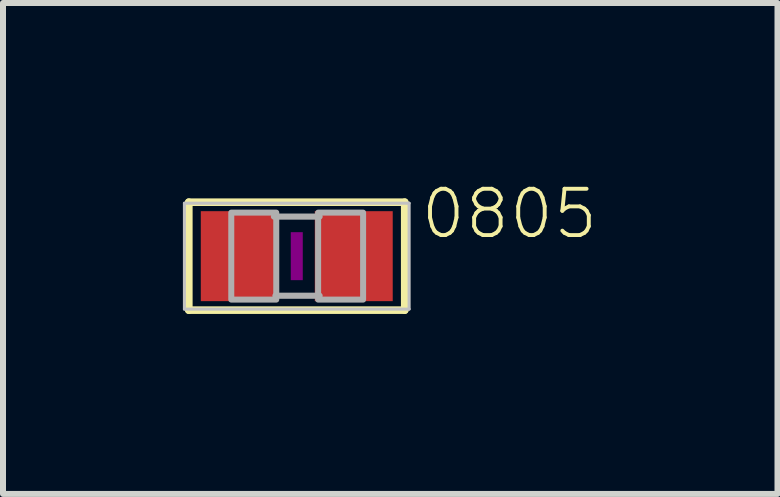
<source format=kicad_pcb>
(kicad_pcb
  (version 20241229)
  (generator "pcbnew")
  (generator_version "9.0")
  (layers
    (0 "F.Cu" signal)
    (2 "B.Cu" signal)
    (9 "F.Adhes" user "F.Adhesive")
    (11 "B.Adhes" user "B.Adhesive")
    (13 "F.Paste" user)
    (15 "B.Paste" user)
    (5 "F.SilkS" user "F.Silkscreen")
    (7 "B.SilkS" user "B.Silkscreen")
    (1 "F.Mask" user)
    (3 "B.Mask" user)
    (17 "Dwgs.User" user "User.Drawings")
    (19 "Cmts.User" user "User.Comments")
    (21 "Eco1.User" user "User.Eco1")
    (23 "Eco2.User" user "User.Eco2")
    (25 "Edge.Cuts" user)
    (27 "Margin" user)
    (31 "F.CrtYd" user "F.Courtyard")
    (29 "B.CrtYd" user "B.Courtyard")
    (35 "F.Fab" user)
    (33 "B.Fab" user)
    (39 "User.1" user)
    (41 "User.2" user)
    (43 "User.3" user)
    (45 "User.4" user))
  (footprint "0805"
    (layer "F.Cu")
    (at 1.898 1.221)
    (property "Reference" "0805" (at 2.032 -0.254 0) (layer "F.SilkS") (effects (font (size 0.772 0.772) (thickness 0.065)) (justify left bottom)))
    (attr through_hole)
    (fp_line (start -1.8 -0.9) (end 1.8 -0.9) (stroke (width 0.127) (type solid)) (layer "F.SilkS"))
    (fp_line (start -1.8 0.9) (end -1.8 -0.9) (stroke (width 0.127) (type solid)) (layer "F.SilkS"))
    (fp_line (start 1.8 -0.9) (end 1.8 0.9) (stroke (width 0.127) (type solid)) (layer "F.SilkS"))
    (fp_line (start 1.8 0.9) (end -1.8 0.9) (stroke (width 0.127) (type solid)) (layer "F.SilkS"))
    (fp_poly (pts (xy -0.1 0.4) (xy 0.1 0.4) (xy 0.1 -0.4) (xy -0.1 -0.4)) (stroke (width 0) (type solid)) (fill yes) (layer "F.Adhes"))
    (fp_line (start -1.873 -0.883) (end 1.873 -0.883) (stroke (width 0.051) (type solid)) (layer "Dwgs.User"))
    (fp_line (start -1.873 0.883) (end -1.873 -0.883) (stroke (width 0.051) (type solid)) (layer "Dwgs.User"))
    (fp_line (start 1.873 -0.883) (end 1.873 0.883) (stroke (width 0.051) (type solid)) (layer "Dwgs.User"))
    (fp_line (start 1.873 0.883) (end -1.873 0.883) (stroke (width 0.051) (type solid)) (layer "Dwgs.User"))
    (fp_line (start -0.381 -0.66) (end 0.381 -0.66) (stroke (width 0.102) (type solid)) (layer "F.Fab"))
    (fp_line (start -0.356 0.66) (end 0.381 0.66) (stroke (width 0.102) (type solid)) (layer "F.Fab"))
    (fp_poly (pts (xy -1.092 0.724) (xy -0.342 0.724) (xy -0.342 -0.726) (xy -1.092 -0.726)) (stroke (width 0.1) (type solid)) (fill no) (layer "F.Fab"))
    (fp_poly (pts (xy 0.356 0.724) (xy 1.106 0.724) (xy 1.106 -0.726) (xy 0.356 -0.726)) (stroke (width 0.1) (type solid)) (fill no) (layer "F.Fab"))
    (pad "1" smd rect (at -0.95 0) (size 1.3 1.5) (layers "F.Cu" "F.Mask" "F.Paste"))
    (pad "2" smd rect (at 0.95 0) (size 1.3 1.5) (layers "F.Cu" "F.Mask" "F.Paste")))
  (gr_rect
    (start -3 -3)
    (end 9.913 5.185)
    (stroke (width 0.1) (type default))
    (fill no)
    (layer "Edge.Cuts")))
</source>
